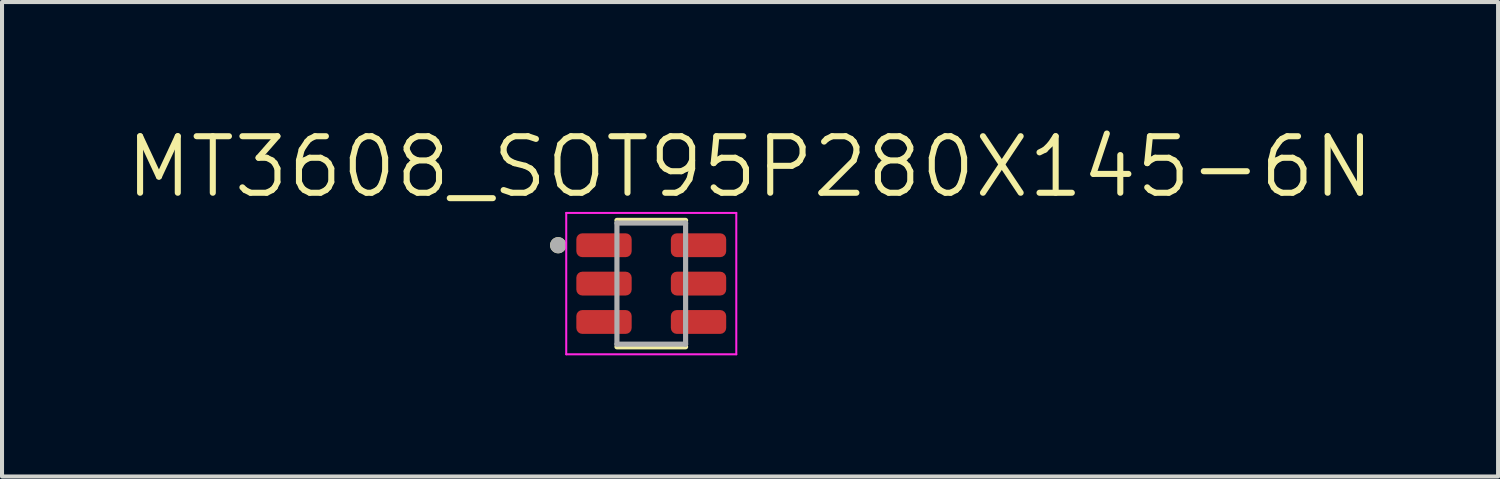
<source format=kicad_pcb>
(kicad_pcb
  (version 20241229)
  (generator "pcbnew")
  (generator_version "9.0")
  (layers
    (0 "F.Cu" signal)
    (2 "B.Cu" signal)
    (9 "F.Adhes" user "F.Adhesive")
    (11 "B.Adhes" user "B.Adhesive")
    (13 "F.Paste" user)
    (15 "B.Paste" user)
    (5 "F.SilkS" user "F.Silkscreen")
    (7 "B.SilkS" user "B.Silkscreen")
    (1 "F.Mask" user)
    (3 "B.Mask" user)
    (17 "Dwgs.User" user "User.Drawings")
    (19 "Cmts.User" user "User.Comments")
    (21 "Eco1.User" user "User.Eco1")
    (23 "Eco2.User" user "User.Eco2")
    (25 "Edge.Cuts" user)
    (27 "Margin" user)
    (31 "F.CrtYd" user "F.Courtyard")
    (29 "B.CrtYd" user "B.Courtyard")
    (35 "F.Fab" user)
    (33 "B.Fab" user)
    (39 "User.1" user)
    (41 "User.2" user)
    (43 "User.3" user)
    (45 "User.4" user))
  (footprint "MT3608_SOT95P280X145-6N"
    (layer "F.Cu")
    (at 13.073 3.971)
    (property "Reference" "MT3608_SOT95P280X145-6N" (at 2.445 -2.889 0) (layer "F.SilkS") (effects (font (size 1.4 1.4) (thickness 0.15))))
    (attr smd)
    (fp_line (start -0.85 -1.565) (end 0.85 -1.565) (stroke (width 0.127) (type solid)) (layer "F.SilkS"))
    (fp_line (start 0.85 1.565) (end -0.85 1.565) (stroke (width 0.127) (type solid)) (layer "F.SilkS"))
    (fp_circle (center -2.305 -0.95) (end -2.205 -0.95) (stroke (width 0.2) (type solid)) (fill no) (layer "F.SilkS"))
    (fp_line (start -2.105 -1.75) (end 2.105 -1.75) (stroke (width 0.05) (type solid)) (layer "F.CrtYd"))
    (fp_line (start -2.105 1.75) (end -2.105 -1.75) (stroke (width 0.05) (type solid)) (layer "F.CrtYd"))
    (fp_line (start 2.105 -1.75) (end 2.105 1.75) (stroke (width 0.05) (type solid)) (layer "F.CrtYd"))
    (fp_line (start 2.105 1.75) (end -2.105 1.75) (stroke (width 0.05) (type solid)) (layer "F.CrtYd"))
    (fp_line (start -0.85 -1.5) (end 0.85 -1.5) (stroke (width 0.127) (type solid)) (layer "F.Fab"))
    (fp_line (start -0.85 1.5) (end -0.85 -1.5) (stroke (width 0.127) (type solid)) (layer "F.Fab"))
    (fp_line (start 0.85 -1.5) (end 0.85 1.5) (stroke (width 0.127) (type solid)) (layer "F.Fab"))
    (fp_line (start 0.85 1.5) (end -0.85 1.5) (stroke (width 0.127) (type solid)) (layer "F.Fab"))
    (fp_circle (center -2.305 -0.95) (end -2.205 -0.95) (stroke (width 0.2) (type solid)) (fill no) (layer "F.Fab"))
    (pad "1" smd roundrect (at -1.17 -0.95) (size 1.37 0.59) (layers "F.Cu" "F.Mask" "F.Paste") (roundrect_rratio 0.25))
    (pad "2" smd roundrect (at -1.17 0) (size 1.37 0.59) (layers "F.Cu" "F.Mask" "F.Paste") (roundrect_rratio 0.25))
    (pad "3" smd roundrect (at -1.17 0.95) (size 1.37 0.59) (layers "F.Cu" "F.Mask" "F.Paste") (roundrect_rratio 0.25))
    (pad "4" smd roundrect (at 1.17 0.95) (size 1.37 0.59) (layers "F.Cu" "F.Mask" "F.Paste") (roundrect_rratio 0.25))
    (pad "5" smd roundrect (at 1.17 0) (size 1.37 0.59) (layers "F.Cu" "F.Mask" "F.Paste") (roundrect_rratio 0.25))
    (pad "6" smd roundrect (at 1.17 -0.95) (size 1.37 0.59) (layers "F.Cu" "F.Mask" "F.Paste") (roundrect_rratio 0.25)))
  (gr_rect
    (start -3 -3)
    (end 34.037 8.746)
    (stroke (width 0.1) (type default))
    (fill no)
    (layer "Edge.Cuts")))
</source>
